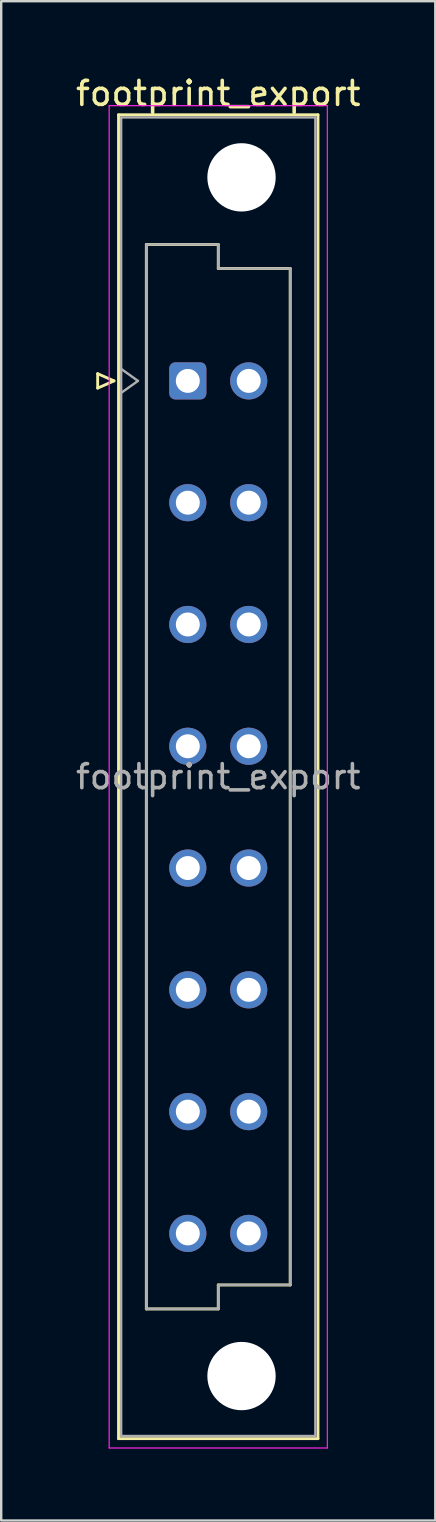
<source format=kicad_pcb>
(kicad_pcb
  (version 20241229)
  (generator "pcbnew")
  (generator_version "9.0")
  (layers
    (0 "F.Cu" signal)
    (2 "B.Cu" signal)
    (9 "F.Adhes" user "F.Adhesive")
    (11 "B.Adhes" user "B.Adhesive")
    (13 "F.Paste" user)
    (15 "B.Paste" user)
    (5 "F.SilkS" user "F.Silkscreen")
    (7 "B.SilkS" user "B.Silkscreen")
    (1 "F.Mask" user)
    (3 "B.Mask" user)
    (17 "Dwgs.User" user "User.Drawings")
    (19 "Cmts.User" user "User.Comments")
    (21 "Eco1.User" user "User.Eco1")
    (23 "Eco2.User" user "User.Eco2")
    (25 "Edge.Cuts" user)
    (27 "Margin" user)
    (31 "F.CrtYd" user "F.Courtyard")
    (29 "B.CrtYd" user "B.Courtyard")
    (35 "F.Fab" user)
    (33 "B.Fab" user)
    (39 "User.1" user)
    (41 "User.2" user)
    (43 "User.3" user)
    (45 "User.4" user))
  (footprint "footprint_export"
    (layer "F.Cu")
    (at 4.784 10.298)
    (property "Reference" "footprint_export" (at 1.27 -9.45 0) (layer "F.SilkS") (effects (font (size 1 1) (thickness 0.15))))
    (attr through_hole)
    (fp_line (start -3.76 2.24) (end -3.76 2.84) (stroke (width 0.12) (type solid)) (layer "F.SilkS"))
    (fp_line (start -3.76 2.84) (end -3.08 2.54) (stroke (width 0.12) (type solid)) (layer "F.SilkS"))
    (fp_line (start -3.08 2.54) (end -3.76 2.24) (stroke (width 0.12) (type solid)) (layer "F.SilkS"))
    (fp_line (start -2.89 -8.56) (end 5.43 -8.56) (stroke (width 0.12) (type solid)) (layer "F.SilkS"))
    (fp_line (start -2.89 46.66) (end -2.89 -8.56) (stroke (width 0.12) (type solid)) (layer "F.SilkS"))
    (fp_line (start -1.73 -3.15) (end 1.27 -3.15) (stroke (width 0.12) (type solid)) (layer "F.SilkS"))
    (fp_line (start -1.73 41.25) (end -1.73 -3.15) (stroke (width 0.12) (type solid)) (layer "F.SilkS"))
    (fp_line (start 1.27 -3.15) (end 1.27 -2.15) (stroke (width 0.12) (type solid)) (layer "F.SilkS"))
    (fp_line (start 1.27 -2.15) (end 4.27 -2.15) (stroke (width 0.12) (type solid)) (layer "F.SilkS"))
    (fp_line (start 1.27 40.25) (end 1.27 41.25) (stroke (width 0.12) (type solid)) (layer "F.SilkS"))
    (fp_line (start 1.27 41.25) (end -1.73 41.25) (stroke (width 0.12) (type solid)) (layer "F.SilkS"))
    (fp_line (start 4.27 -2.15) (end 4.27 40.25) (stroke (width 0.12) (type solid)) (layer "F.SilkS"))
    (fp_line (start 4.27 40.25) (end 1.27 40.25) (stroke (width 0.12) (type solid)) (layer "F.SilkS"))
    (fp_line (start 5.43 -8.56) (end 5.43 46.66) (stroke (width 0.12) (type solid)) (layer "F.SilkS"))
    (fp_line (start 5.43 46.66) (end -2.89 46.66) (stroke (width 0.12) (type solid)) (layer "F.SilkS"))
    (fp_line (start -3.28 -8.94) (end 5.82 -8.94) (stroke (width 0.05) (type solid)) (layer "F.CrtYd"))
    (fp_line (start -3.28 47.05) (end -3.28 -8.94) (stroke (width 0.05) (type solid)) (layer "F.CrtYd"))
    (fp_line (start 5.82 -8.94) (end 5.82 47.05) (stroke (width 0.05) (type solid)) (layer "F.CrtYd"))
    (fp_line (start 5.82 47.05) (end -3.28 47.05) (stroke (width 0.05) (type solid)) (layer "F.CrtYd"))
    (fp_line (start -2.78 -8.45) (end 5.32 -8.45) (stroke (width 0.1) (type solid)) (layer "F.Fab"))
    (fp_line (start -2.78 2.04) (end -2.08 2.54) (stroke (width 0.1) (type solid)) (layer "F.Fab"))
    (fp_line (start -2.78 46.55) (end -2.78 -8.45) (stroke (width 0.1) (type solid)) (layer "F.Fab"))
    (fp_line (start -2.08 2.54) (end -2.78 3.04) (stroke (width 0.1) (type solid)) (layer "F.Fab"))
    (fp_line (start -1.73 -3.15) (end 1.27 -3.15) (stroke (width 0.1) (type solid)) (layer "F.Fab"))
    (fp_line (start -1.73 41.25) (end -1.73 -3.15) (stroke (width 0.1) (type solid)) (layer "F.Fab"))
    (fp_line (start 1.27 -3.15) (end 1.27 -2.15) (stroke (width 0.1) (type solid)) (layer "F.Fab"))
    (fp_line (start 1.27 -2.15) (end 4.27 -2.15) (stroke (width 0.1) (type solid)) (layer "F.Fab"))
    (fp_line (start 1.27 40.25) (end 1.27 41.25) (stroke (width 0.1) (type solid)) (layer "F.Fab"))
    (fp_line (start 1.27 41.25) (end -1.73 41.25) (stroke (width 0.1) (type solid)) (layer "F.Fab"))
    (fp_line (start 4.27 -2.15) (end 4.27 40.25) (stroke (width 0.1) (type solid)) (layer "F.Fab"))
    (fp_line (start 4.27 40.25) (end 1.27 40.25) (stroke (width 0.1) (type solid)) (layer "F.Fab"))
    (fp_line (start 5.32 -8.45) (end 5.32 46.55) (stroke (width 0.1) (type solid)) (layer "F.Fab"))
    (fp_line (start 5.32 46.55) (end -2.78 46.55) (stroke (width 0.1) (type solid)) (layer "F.Fab"))
    (fp_text user "${REFERENCE}" (at 1.27 19.05 0) (layer "F.Fab") (effects (font (size 1 1) (thickness 0.15))))
    (pad "" np_thru_hole circle (at 2.24 -5.95) (size 2.85 2.85) (drill 2.85) (layers "*.Cu" "*.Mask"))
    (pad "" np_thru_hole circle (at 2.24 44.05) (size 2.85 2.85) (drill 2.85) (layers "*.Cu" "*.Mask"))
    (pad "a2" thru_hole roundrect (at 0 2.54) (size 1.55 1.55) (drill 1) (layers "*.Cu" "*.Mask") (roundrect_rratio 0.161))
    (pad "a4" thru_hole circle (at 0 7.62) (size 1.55 1.55) (drill 1) (layers "*.Cu" "*.Mask"))
    (pad "a6" thru_hole circle (at 0 12.7) (size 1.55 1.55) (drill 1) (layers "*.Cu" "*.Mask"))
    (pad "a8" thru_hole circle (at 0 17.78) (size 1.55 1.55) (drill 1) (layers "*.Cu" "*.Mask"))
    (pad "a10" thru_hole circle (at 0 22.86) (size 1.55 1.55) (drill 1) (layers "*.Cu" "*.Mask"))
    (pad "a12" thru_hole circle (at 0 27.94) (size 1.55 1.55) (drill 1) (layers "*.Cu" "*.Mask"))
    (pad "a14" thru_hole circle (at 0 33.02) (size 1.55 1.55) (drill 1) (layers "*.Cu" "*.Mask"))
    (pad "a16" thru_hole circle (at 0 38.1) (size 1.55 1.55) (drill 1) (layers "*.Cu" "*.Mask"))
    (pad "b2" thru_hole circle (at 2.54 2.54) (size 1.55 1.55) (drill 1) (layers "*.Cu" "*.Mask"))
    (pad "b4" thru_hole circle (at 2.54 7.62) (size 1.55 1.55) (drill 1) (layers "*.Cu" "*.Mask"))
    (pad "b6" thru_hole circle (at 2.54 12.7) (size 1.55 1.55) (drill 1) (layers "*.Cu" "*.Mask"))
    (pad "b8" thru_hole circle (at 2.54 17.78) (size 1.55 1.55) (drill 1) (layers "*.Cu" "*.Mask"))
    (pad "b10" thru_hole circle (at 2.54 22.86) (size 1.55 1.55) (drill 1) (layers "*.Cu" "*.Mask"))
    (pad "b12" thru_hole circle (at 2.54 27.94) (size 1.55 1.55) (drill 1) (layers "*.Cu" "*.Mask"))
    (pad "b14" thru_hole circle (at 2.54 33.02) (size 1.55 1.55) (drill 1) (layers "*.Cu" "*.Mask"))
    (pad "b16" thru_hole circle (at 2.54 38.1) (size 1.55 1.55) (drill 1) (layers "*.Cu" "*.Mask")))
  (gr_rect
    (start -3 -3)
    (end 15.107 60.373)
    (stroke (width 0.1) (type default))
    (fill no)
    (layer "Edge.Cuts")))
</source>
